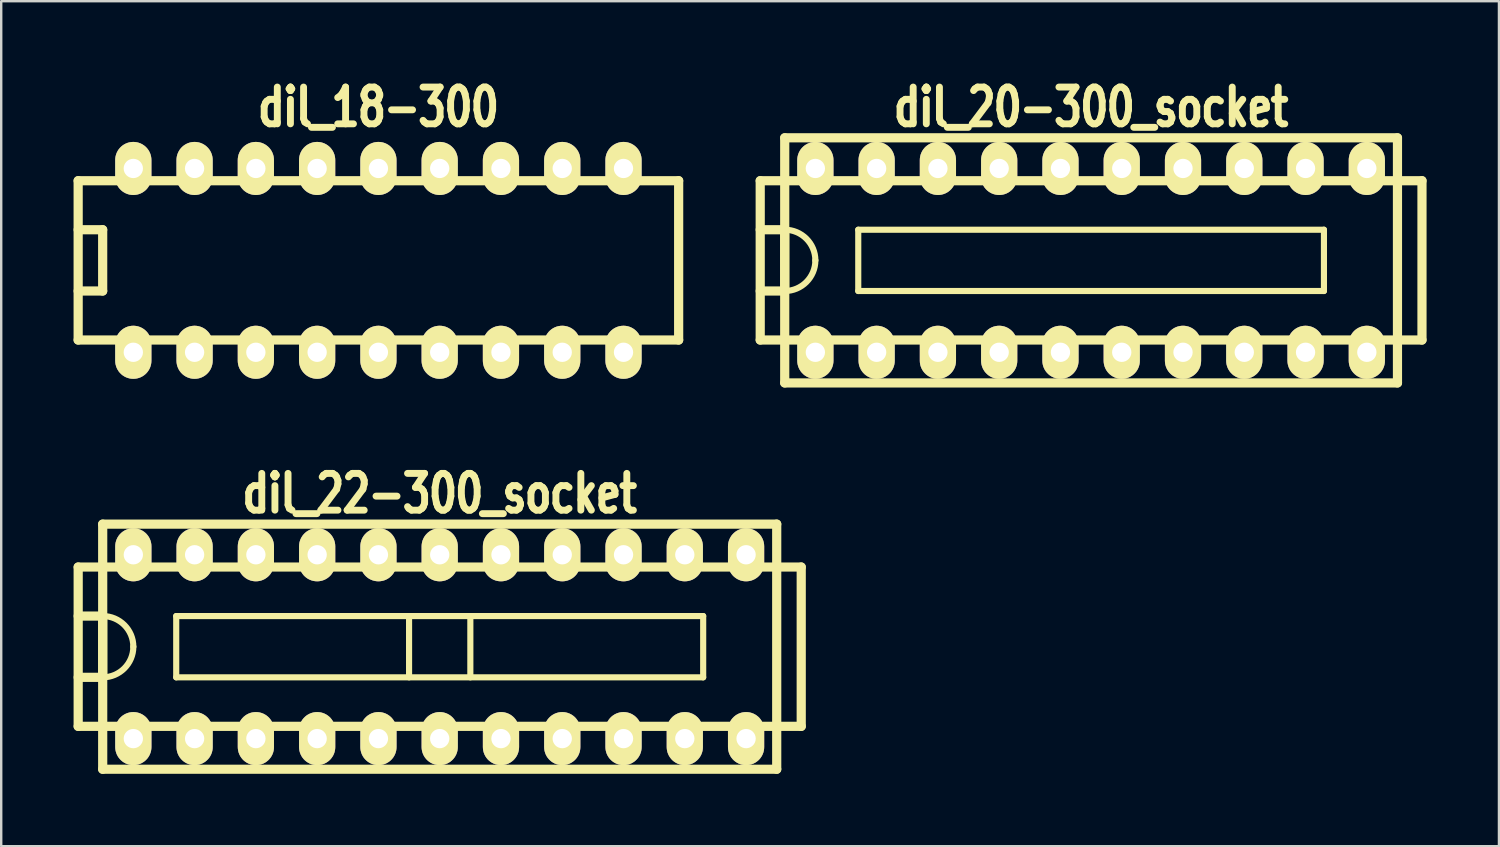
<source format=kicad_pcb>
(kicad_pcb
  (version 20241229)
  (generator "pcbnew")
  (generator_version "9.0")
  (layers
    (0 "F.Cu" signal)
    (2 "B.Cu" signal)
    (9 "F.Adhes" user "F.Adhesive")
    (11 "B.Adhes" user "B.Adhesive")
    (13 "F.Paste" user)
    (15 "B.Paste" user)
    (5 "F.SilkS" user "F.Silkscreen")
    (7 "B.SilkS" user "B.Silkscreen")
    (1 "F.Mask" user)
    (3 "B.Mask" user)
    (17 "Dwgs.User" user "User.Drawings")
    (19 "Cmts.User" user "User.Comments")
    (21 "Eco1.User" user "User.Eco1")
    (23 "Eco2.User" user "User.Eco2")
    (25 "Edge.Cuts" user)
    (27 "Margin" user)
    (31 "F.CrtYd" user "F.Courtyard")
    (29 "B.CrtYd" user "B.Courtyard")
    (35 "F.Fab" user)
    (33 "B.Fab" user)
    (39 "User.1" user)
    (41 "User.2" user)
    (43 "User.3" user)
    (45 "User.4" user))
  (footprint "dil_20-300_socket"
    (layer "F.Cu")
    (at 42.179 7.743)
    (property "Reference" "dil_20-300_socket" (at 0 -6.35 0) (layer "F.SilkS") (effects (font (size 1.524 1.143) (thickness 0.287))))
    (attr through_hole)
    (fp_line (start -13.716 -3.302) (end 13.716 -3.302) (stroke (width 0.381) (type solid)) (layer "F.SilkS"))
    (fp_line (start -13.716 3.302) (end -13.716 -3.302) (stroke (width 0.381) (type solid)) (layer "F.SilkS"))
    (fp_line (start -12.7 -5.08) (end 12.7 -5.08) (stroke (width 0.381) (type solid)) (layer "F.SilkS"))
    (fp_line (start -12.7 -1.27) (end -13.716 -1.27) (stroke (width 0.381) (type solid)) (layer "F.SilkS"))
    (fp_line (start -12.7 -1.27) (end -12.7 1.27) (stroke (width 0.381) (type solid)) (layer "F.SilkS"))
    (fp_line (start -12.7 1.27) (end -13.716 1.27) (stroke (width 0.381) (type solid)) (layer "F.SilkS"))
    (fp_line (start -12.7 5.08) (end -12.7 -5.08) (stroke (width 0.381) (type solid)) (layer "F.SilkS"))
    (fp_line (start -9.652 -1.27) (end -9.652 1.27) (stroke (width 0.254) (type solid)) (layer "F.SilkS"))
    (fp_line (start -9.652 -1.27) (end 9.652 -1.27) (stroke (width 0.254) (type solid)) (layer "F.SilkS"))
    (fp_line (start 9.652 1.27) (end -9.652 1.27) (stroke (width 0.254) (type solid)) (layer "F.SilkS"))
    (fp_line (start 9.652 1.27) (end 9.652 -1.27) (stroke (width 0.254) (type solid)) (layer "F.SilkS"))
    (fp_line (start 12.7 -5.08) (end 12.7 5.08) (stroke (width 0.381) (type solid)) (layer "F.SilkS"))
    (fp_line (start 12.7 5.08) (end -12.7 5.08) (stroke (width 0.381) (type solid)) (layer "F.SilkS"))
    (fp_line (start 13.716 -3.302) (end 13.716 3.302) (stroke (width 0.381) (type solid)) (layer "F.SilkS"))
    (fp_line (start 13.716 3.302) (end -13.716 3.302) (stroke (width 0.381) (type solid)) (layer "F.SilkS"))
    (fp_arc (start -12.7 -1.27) (mid -11.801974 -0.898026) (end -11.43 0) (stroke (width 0.254) (type solid)) (layer "F.SilkS"))
    (fp_arc (start -11.43 0) (mid -11.801974 0.898026) (end -12.7 1.27) (stroke (width 0.254) (type solid)) (layer "F.SilkS"))
    (pad "1" thru_hole oval (at -11.43 3.81) (size 1.501 2.2) (drill 0.8) (layers "*.Cu" "*.Mask" "F.SilkS"))
    (pad "2" thru_hole oval (at -8.89 3.81) (size 1.501 2.2) (drill 0.8) (layers "*.Cu" "*.Mask" "F.SilkS"))
    (pad "3" thru_hole oval (at -6.35 3.81) (size 1.501 2.2) (drill 0.8) (layers "*.Cu" "*.Mask" "F.SilkS"))
    (pad "4" thru_hole oval (at -3.81 3.81) (size 1.501 2.2) (drill 0.8) (layers "*.Cu" "*.Mask" "F.SilkS"))
    (pad "5" thru_hole oval (at -1.27 3.81) (size 1.501 2.2) (drill 0.8) (layers "*.Cu" "*.Mask" "F.SilkS"))
    (pad "6" thru_hole oval (at 1.27 3.81) (size 1.501 2.2) (drill 0.8) (layers "*.Cu" "*.Mask" "F.SilkS"))
    (pad "7" thru_hole oval (at 3.81 3.81) (size 1.501 2.2) (drill 0.8) (layers "*.Cu" "*.Mask" "F.SilkS"))
    (pad "8" thru_hole oval (at 6.35 3.81) (size 1.501 2.2) (drill 0.8) (layers "*.Cu" "*.Mask" "F.SilkS"))
    (pad "9" thru_hole oval (at 8.89 3.81) (size 1.501 2.2) (drill 0.8) (layers "*.Cu" "*.Mask" "F.SilkS"))
    (pad "10" thru_hole oval (at 11.43 3.81) (size 1.501 2.2) (drill 0.8) (layers "*.Cu" "*.Mask" "F.SilkS"))
    (pad "11" thru_hole oval (at 11.43 -3.81) (size 1.501 2.2) (drill 0.8) (layers "*.Cu" "*.Mask" "F.SilkS"))
    (pad "12" thru_hole oval (at 8.89 -3.81) (size 1.501 2.2) (drill 0.8) (layers "*.Cu" "*.Mask" "F.SilkS"))
    (pad "13" thru_hole oval (at 6.35 -3.81) (size 1.501 2.2) (drill 0.8) (layers "*.Cu" "*.Mask" "F.SilkS"))
    (pad "14" thru_hole oval (at 3.81 -3.81) (size 1.501 2.2) (drill 0.8) (layers "*.Cu" "*.Mask" "F.SilkS"))
    (pad "15" thru_hole oval (at 1.27 -3.81) (size 1.501 2.2) (drill 0.8) (layers "*.Cu" "*.Mask" "F.SilkS"))
    (pad "16" thru_hole oval (at -1.27 -3.81) (size 1.501 2.2) (drill 0.8) (layers "*.Cu" "*.Mask" "F.SilkS"))
    (pad "17" thru_hole oval (at -3.81 -3.81) (size 1.501 2.2) (drill 0.8) (layers "*.Cu" "*.Mask" "F.SilkS"))
    (pad "18" thru_hole oval (at -6.35 -3.81) (size 1.501 2.2) (drill 0.8) (layers "*.Cu" "*.Mask" "F.SilkS"))
    (pad "19" thru_hole oval (at -8.89 -3.81) (size 1.501 2.2) (drill 0.8) (layers "*.Cu" "*.Mask" "F.SilkS"))
    (pad "20" thru_hole oval (at -11.43 -3.81) (size 1.501 2.2) (drill 0.8) (layers "*.Cu" "*.Mask" "F.SilkS")))
  (footprint "dil_22-300_socket"
    (layer "F.Cu")
    (at 15.177 23.757)
    (property "Reference" "dil_22-300_socket" (at 0 -6.35 0) (layer "F.SilkS") (effects (font (size 1.524 1.143) (thickness 0.287))))
    (attr through_hole)
    (fp_line (start -14.986 -3.302) (end 14.986 -3.302) (stroke (width 0.381) (type solid)) (layer "F.SilkS"))
    (fp_line (start -14.986 3.302) (end -14.986 -3.302) (stroke (width 0.381) (type solid)) (layer "F.SilkS"))
    (fp_line (start -13.97 -5.08) (end 13.97 -5.08) (stroke (width 0.381) (type solid)) (layer "F.SilkS"))
    (fp_line (start -13.97 -1.27) (end -14.986 -1.27) (stroke (width 0.381) (type solid)) (layer "F.SilkS"))
    (fp_line (start -13.97 -1.27) (end -13.97 1.27) (stroke (width 0.381) (type solid)) (layer "F.SilkS"))
    (fp_line (start -13.97 1.27) (end -14.986 1.27) (stroke (width 0.381) (type solid)) (layer "F.SilkS"))
    (fp_line (start -13.97 5.08) (end -13.97 -5.08) (stroke (width 0.381) (type solid)) (layer "F.SilkS"))
    (fp_line (start -10.922 -1.27) (end -10.922 1.27) (stroke (width 0.254) (type solid)) (layer "F.SilkS"))
    (fp_line (start -10.922 1.27) (end 10.922 1.27) (stroke (width 0.254) (type solid)) (layer "F.SilkS"))
    (fp_line (start -1.27 -1.27) (end -1.27 1.27) (stroke (width 0.254) (type solid)) (layer "F.SilkS"))
    (fp_line (start 1.27 -1.27) (end 1.27 1.27) (stroke (width 0.254) (type solid)) (layer "F.SilkS"))
    (fp_line (start 10.922 -1.27) (end -10.922 -1.27) (stroke (width 0.254) (type solid)) (layer "F.SilkS"))
    (fp_line (start 10.922 1.27) (end 10.922 -1.27) (stroke (width 0.254) (type solid)) (layer "F.SilkS"))
    (fp_line (start 13.97 -5.08) (end 13.97 5.08) (stroke (width 0.381) (type solid)) (layer "F.SilkS"))
    (fp_line (start 13.97 5.08) (end -13.97 5.08) (stroke (width 0.381) (type solid)) (layer "F.SilkS"))
    (fp_line (start 14.986 -3.302) (end 14.986 3.302) (stroke (width 0.381) (type solid)) (layer "F.SilkS"))
    (fp_line (start 14.986 3.302) (end -14.986 3.302) (stroke (width 0.381) (type solid)) (layer "F.SilkS"))
    (fp_arc (start -13.97 -1.27) (mid -13.071974 -0.898026) (end -12.7 0) (stroke (width 0.254) (type solid)) (layer "F.SilkS"))
    (fp_arc (start -12.7 0) (mid -13.071974 0.898026) (end -13.97 1.27) (stroke (width 0.254) (type solid)) (layer "F.SilkS"))
    (pad "1" thru_hole oval (at -12.7 3.81) (size 1.501 2.2) (drill 0.8) (layers "*.Cu" "*.Mask" "F.SilkS"))
    (pad "2" thru_hole oval (at -10.16 3.81) (size 1.501 2.2) (drill 0.8) (layers "*.Cu" "*.Mask" "F.SilkS"))
    (pad "3" thru_hole oval (at -7.62 3.81) (size 1.501 2.2) (drill 0.8) (layers "*.Cu" "*.Mask" "F.SilkS"))
    (pad "4" thru_hole oval (at -5.08 3.81) (size 1.501 2.2) (drill 0.8) (layers "*.Cu" "*.Mask" "F.SilkS"))
    (pad "5" thru_hole oval (at -2.54 3.81) (size 1.501 2.2) (drill 0.8) (layers "*.Cu" "*.Mask" "F.SilkS"))
    (pad "6" thru_hole oval (at 0 3.81) (size 1.501 2.2) (drill 0.8) (layers "*.Cu" "*.Mask" "F.SilkS"))
    (pad "7" thru_hole oval (at 2.54 3.81) (size 1.501 2.2) (drill 0.8) (layers "*.Cu" "*.Mask" "F.SilkS"))
    (pad "8" thru_hole oval (at 5.08 3.81) (size 1.501 2.2) (drill 0.8) (layers "*.Cu" "*.Mask" "F.SilkS"))
    (pad "9" thru_hole oval (at 7.62 3.81) (size 1.501 2.2) (drill 0.8) (layers "*.Cu" "*.Mask" "F.SilkS"))
    (pad "10" thru_hole oval (at 10.16 3.81) (size 1.501 2.2) (drill 0.8) (layers "*.Cu" "*.Mask" "F.SilkS"))
    (pad "11" thru_hole oval (at 12.7 3.81) (size 1.501 2.2) (drill 0.8) (layers "*.Cu" "*.Mask" "F.SilkS"))
    (pad "12" thru_hole oval (at 12.7 -3.81) (size 1.501 2.2) (drill 0.8) (layers "*.Cu" "*.Mask" "F.SilkS"))
    (pad "13" thru_hole oval (at 10.16 -3.81) (size 1.501 2.2) (drill 0.8) (layers "*.Cu" "*.Mask" "F.SilkS"))
    (pad "14" thru_hole oval (at 7.62 -3.81) (size 1.501 2.2) (drill 0.8) (layers "*.Cu" "*.Mask" "F.SilkS"))
    (pad "15" thru_hole oval (at 5.08 -3.81) (size 1.501 2.2) (drill 0.8) (layers "*.Cu" "*.Mask" "F.SilkS"))
    (pad "16" thru_hole oval (at 2.54 -3.81) (size 1.501 2.2) (drill 0.8) (layers "*.Cu" "*.Mask" "F.SilkS"))
    (pad "17" thru_hole oval (at 0 -3.81) (size 1.501 2.2) (drill 0.8) (layers "*.Cu" "*.Mask" "F.SilkS"))
    (pad "18" thru_hole oval (at -2.54 -3.81) (size 1.501 2.2) (drill 0.8) (layers "*.Cu" "*.Mask" "F.SilkS"))
    (pad "19" thru_hole oval (at -5.08 -3.81) (size 1.501 2.2) (drill 0.8) (layers "*.Cu" "*.Mask" "F.SilkS"))
    (pad "20" thru_hole oval (at -7.62 -3.81) (size 1.501 2.2) (drill 0.8) (layers "*.Cu" "*.Mask" "F.SilkS"))
    (pad "21" thru_hole oval (at -10.16 -3.81) (size 1.501 2.2) (drill 0.8) (layers "*.Cu" "*.Mask" "F.SilkS"))
    (pad "22" thru_hole oval (at -12.7 -3.81) (size 1.501 2.2) (drill 0.8) (layers "*.Cu" "*.Mask" "F.SilkS")))
  (footprint "dil_18-300"
    (layer "F.Cu")
    (at 12.636 7.743)
    (property "Reference" "dil_18-300" (at 0 -6.35 0) (layer "F.SilkS") (effects (font (size 1.524 1.143) (thickness 0.287))))
    (attr through_hole)
    (fp_line (start -12.446 -3.302) (end 12.446 -3.302) (stroke (width 0.381) (type solid)) (layer "F.SilkS"))
    (fp_line (start -12.446 3.302) (end -12.446 -3.302) (stroke (width 0.381) (type solid)) (layer "F.SilkS"))
    (fp_line (start -12.446 3.302) (end 12.446 3.302) (stroke (width 0.381) (type solid)) (layer "F.SilkS"))
    (fp_line (start -11.43 -1.27) (end -12.446 -1.27) (stroke (width 0.381) (type solid)) (layer "F.SilkS"))
    (fp_line (start -11.43 -1.27) (end -11.43 1.27) (stroke (width 0.381) (type solid)) (layer "F.SilkS"))
    (fp_line (start -11.43 1.27) (end -12.446 1.27) (stroke (width 0.381) (type solid)) (layer "F.SilkS"))
    (fp_line (start 12.446 -3.302) (end 12.446 3.302) (stroke (width 0.381) (type solid)) (layer "F.SilkS"))
    (pad "1" thru_hole oval (at -10.16 3.81) (size 1.501 2.2) (drill 0.8) (layers "*.Cu" "*.Mask" "F.SilkS"))
    (pad "2" thru_hole oval (at -7.62 3.81) (size 1.501 2.2) (drill 0.8) (layers "*.Cu" "*.Mask" "F.SilkS"))
    (pad "3" thru_hole oval (at -5.08 3.81) (size 1.501 2.2) (drill 0.8) (layers "*.Cu" "*.Mask" "F.SilkS"))
    (pad "4" thru_hole oval (at -2.54 3.81) (size 1.501 2.2) (drill 0.8) (layers "*.Cu" "*.Mask" "F.SilkS"))
    (pad "5" thru_hole oval (at 0 3.81) (size 1.501 2.2) (drill 0.8) (layers "*.Cu" "*.Mask" "F.SilkS"))
    (pad "6" thru_hole oval (at 2.54 3.81) (size 1.501 2.2) (drill 0.8) (layers "*.Cu" "*.Mask" "F.SilkS"))
    (pad "7" thru_hole oval (at 5.08 3.81) (size 1.501 2.2) (drill 0.8) (layers "*.Cu" "*.Mask" "F.SilkS"))
    (pad "8" thru_hole oval (at 7.62 3.81) (size 1.501 2.2) (drill 0.8) (layers "*.Cu" "*.Mask" "F.SilkS"))
    (pad "9" thru_hole oval (at 10.16 3.81) (size 1.501 2.2) (drill 0.8) (layers "*.Cu" "*.Mask" "F.SilkS"))
    (pad "10" thru_hole oval (at 10.16 -3.81) (size 1.501 2.2) (drill 0.8) (layers "*.Cu" "*.Mask" "F.SilkS"))
    (pad "11" thru_hole oval (at 7.62 -3.81) (size 1.501 2.2) (drill 0.8) (layers "*.Cu" "*.Mask" "F.SilkS"))
    (pad "12" thru_hole oval (at 5.08 -3.81) (size 1.501 2.2) (drill 0.8) (layers "*.Cu" "*.Mask" "F.SilkS"))
    (pad "13" thru_hole oval (at 2.54 -3.81) (size 1.501 2.2) (drill 0.8) (layers "*.Cu" "*.Mask" "F.SilkS"))
    (pad "14" thru_hole oval (at 0 -3.81) (size 1.501 2.2) (drill 0.8) (layers "*.Cu" "*.Mask" "F.SilkS"))
    (pad "15" thru_hole oval (at -2.54 -3.81) (size 1.501 2.2) (drill 0.8) (layers "*.Cu" "*.Mask" "F.SilkS"))
    (pad "16" thru_hole oval (at -5.08 -3.81) (size 1.501 2.2) (drill 0.8) (layers "*.Cu" "*.Mask" "F.SilkS"))
    (pad "17" thru_hole oval (at -7.62 -3.81) (size 1.501 2.2) (drill 0.8) (layers "*.Cu" "*.Mask" "F.SilkS"))
    (pad "18" thru_hole oval (at -10.16 -3.81) (size 1.501 2.2) (drill 0.8) (layers "*.Cu" "*.Mask" "F.SilkS")))
  (gr_rect
    (start -3 -3)
    (end 59.086 32.027)
    (stroke (width 0.1) (type default))
    (fill no)
    (layer "Edge.Cuts")))
</source>
